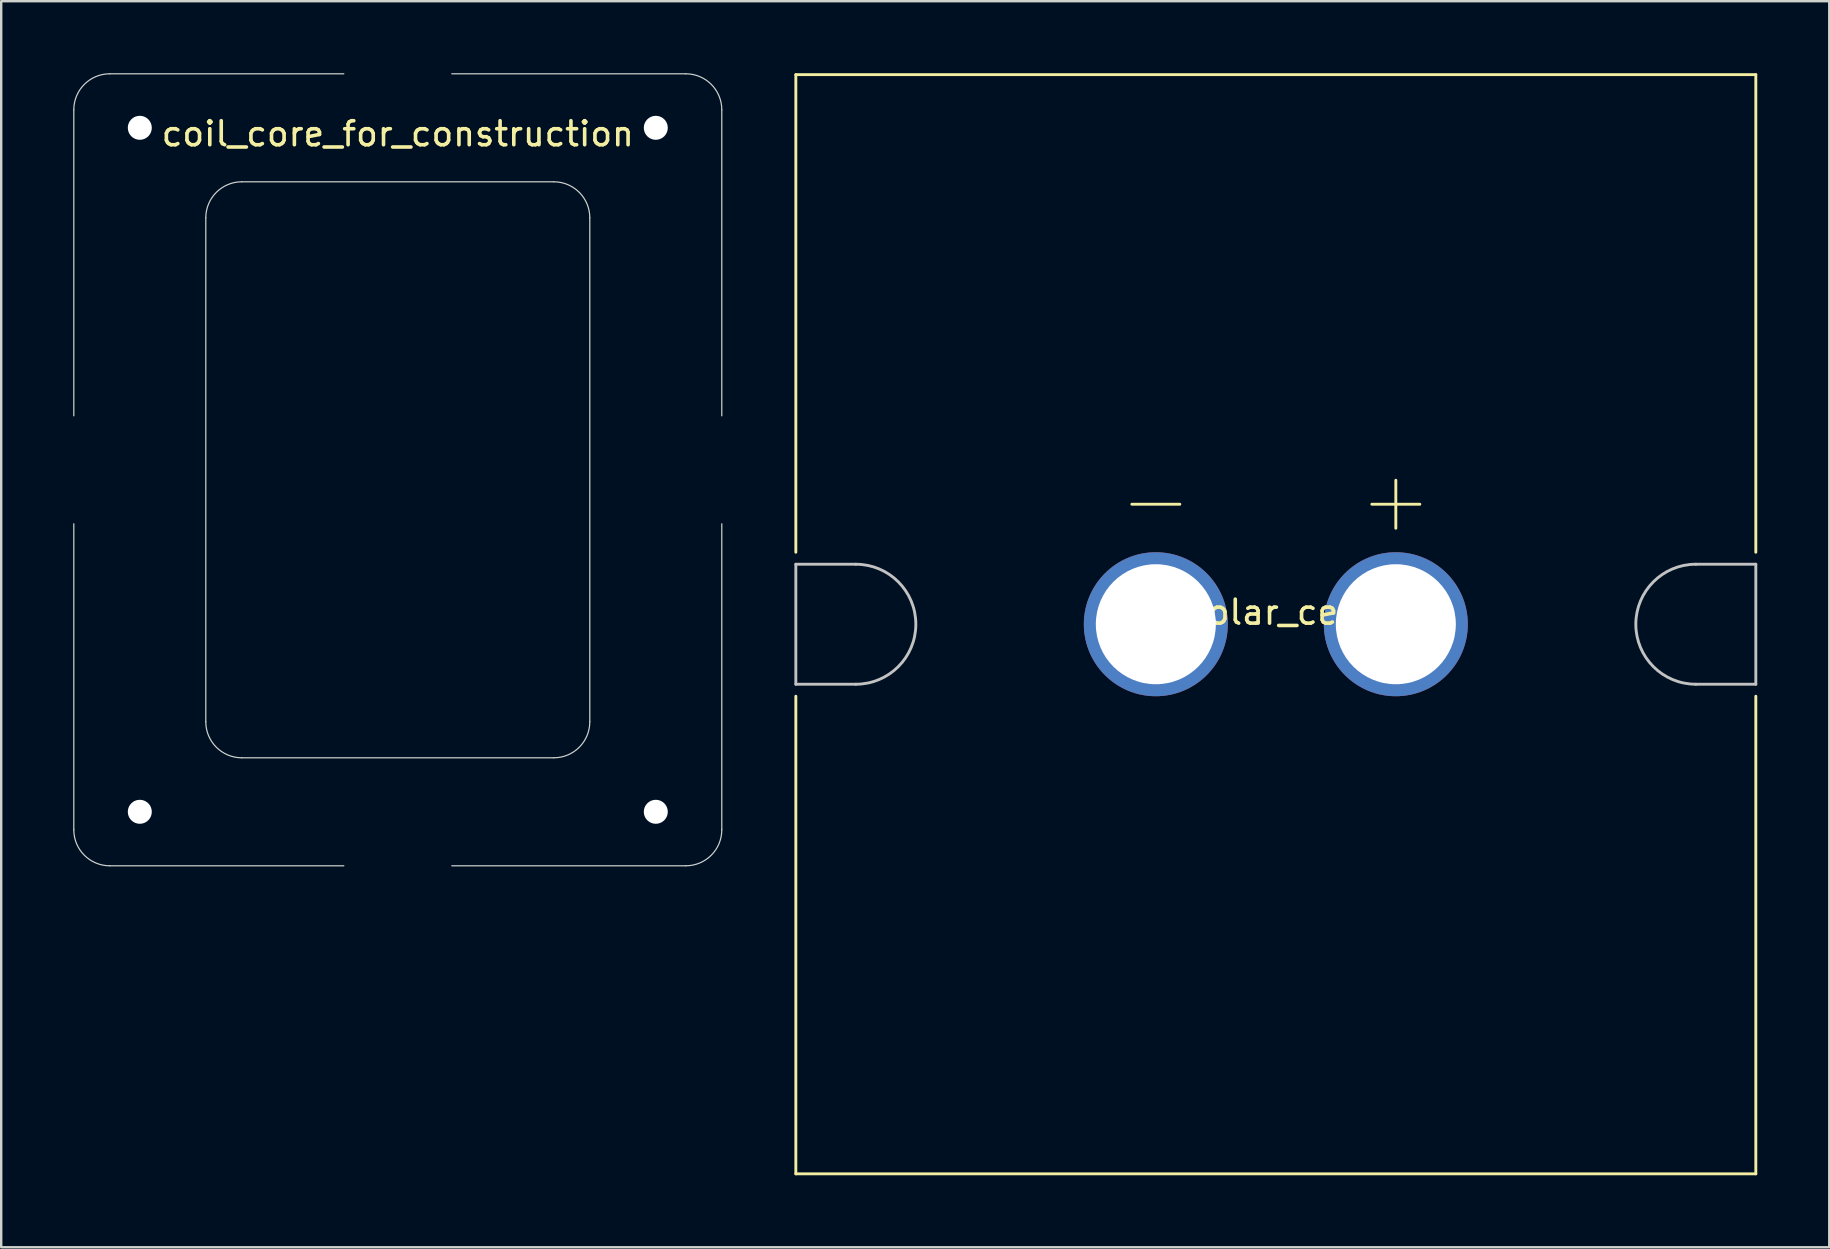
<source format=kicad_pcb>
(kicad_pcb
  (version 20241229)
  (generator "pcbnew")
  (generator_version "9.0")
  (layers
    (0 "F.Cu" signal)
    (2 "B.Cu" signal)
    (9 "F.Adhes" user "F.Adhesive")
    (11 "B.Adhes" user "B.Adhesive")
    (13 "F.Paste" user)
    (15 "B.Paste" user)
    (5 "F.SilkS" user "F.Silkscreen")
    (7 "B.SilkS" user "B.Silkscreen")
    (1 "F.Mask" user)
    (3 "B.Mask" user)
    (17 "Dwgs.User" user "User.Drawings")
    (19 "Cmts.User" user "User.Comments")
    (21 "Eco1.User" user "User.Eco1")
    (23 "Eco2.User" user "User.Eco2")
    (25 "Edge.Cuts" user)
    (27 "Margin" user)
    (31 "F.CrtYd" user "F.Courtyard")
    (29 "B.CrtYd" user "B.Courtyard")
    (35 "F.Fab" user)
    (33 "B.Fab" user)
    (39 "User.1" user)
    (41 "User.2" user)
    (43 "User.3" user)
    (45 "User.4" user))
  (footprint "coil_core_for_construction"
    (layer "F.Cu")
    (at 13.525 16.525)
    (property "Reference" "coil_core_for_construction" (at 0 -14 0) (unlocked yes) (layer "F.SilkS") (effects (font (size 1 1) (thickness 0.15))))
    (attr smd)
    (fp_line (start -13.5 -2.25) (end -13.5 -15) (stroke (width 0.05) (type default)) (layer "Edge.Cuts"))
    (fp_line (start -13.5 15) (end -13.5 2.25) (stroke (width 0.05) (type default)) (layer "Edge.Cuts"))
    (fp_line (start -12 -16.5) (end -2.25 -16.5) (stroke (width 0.05) (type default)) (layer "Edge.Cuts"))
    (fp_line (start -8 -10.5) (end -8 10.5) (stroke (width 0.05) (type default)) (layer "Edge.Cuts"))
    (fp_line (start -6.5 12) (end 6.5 12) (stroke (width 0.05) (type default)) (layer "Edge.Cuts"))
    (fp_line (start -2.25 16.5) (end -12 16.5) (stroke (width 0.05) (type default)) (layer "Edge.Cuts"))
    (fp_line (start 2.25 -16.5) (end 12 -16.5) (stroke (width 0.05) (type default)) (layer "Edge.Cuts"))
    (fp_line (start 6.5 -12) (end -6.5 -12) (stroke (width 0.05) (type default)) (layer "Edge.Cuts"))
    (fp_line (start 8 10.5) (end 8 -10.5) (stroke (width 0.05) (type default)) (layer "Edge.Cuts"))
    (fp_line (start 12 16.5) (end 2.25 16.5) (stroke (width 0.05) (type default)) (layer "Edge.Cuts"))
    (fp_line (start 13.5 -15) (end 13.5 -2.25) (stroke (width 0.05) (type default)) (layer "Edge.Cuts"))
    (fp_line (start 13.5 2.25) (end 13.5 15) (stroke (width 0.05) (type default)) (layer "Edge.Cuts"))
    (fp_arc (start -13.5 -15) (mid -13.06066 -16.06066) (end -12 -16.5) (stroke (width 0.05) (type default)) (layer "Edge.Cuts"))
    (fp_arc (start -12 16.5) (mid -13.06066 16.06066) (end -13.5 15) (stroke (width 0.05) (type default)) (layer "Edge.Cuts"))
    (fp_arc (start -8 -10.5) (mid -7.56066 -11.56066) (end -6.5 -12) (stroke (width 0.05) (type default)) (layer "Edge.Cuts"))
    (fp_arc (start -6.5 12) (mid -7.56066 11.56066) (end -8 10.5) (stroke (width 0.05) (type default)) (layer "Edge.Cuts"))
    (fp_arc (start 6.5 -12) (mid 7.56066 -11.56066) (end 8 -10.5) (stroke (width 0.05) (type default)) (layer "Edge.Cuts"))
    (fp_arc (start 8 10.5) (mid 7.56066 11.56066) (end 6.5 12) (stroke (width 0.05) (type default)) (layer "Edge.Cuts"))
    (fp_arc (start 12 -16.5) (mid 13.06066 -16.06066) (end 13.5 -15) (stroke (width 0.05) (type default)) (layer "Edge.Cuts"))
    (fp_arc (start 13.5 15) (mid 13.06066 16.06066) (end 12 16.5) (stroke (width 0.05) (type default)) (layer "Edge.Cuts"))
    (pad "" np_thru_hole circle (at -10.75 -14.25) (size 1 1) (drill 1) (layers "*.Cu" "*.Mask"))
    (pad "" np_thru_hole circle (at -10.75 14.25) (size 1 1) (drill 1) (layers "*.Cu" "*.Mask"))
    (pad "" np_thru_hole circle (at 10.75 -14.25) (size 1 1) (drill 1) (layers "*.Cu" "*.Mask"))
    (pad "" np_thru_hole circle (at 10.75 14.25) (size 1 1) (drill 1) (layers "*.Cu" "*.Mask")))
  (footprint "solar_cell"
    (layer "F.Cu")
    (at 50.11 22.96)
    (property "Reference" "solar_cell" (at 0 -0.5 0) (unlocked yes) (layer "F.SilkS") (effects (font (size 1 1) (thickness 0.15))))
    (attr through_hole)
    (fp_line (start -20 -22.9) (end -20 -3) (stroke (width 0.12) (type default)) (layer "F.SilkS"))
    (fp_line (start -20 3) (end -20 22.9) (stroke (width 0.12) (type default)) (layer "F.SilkS"))
    (fp_line (start -6 -5) (end -4 -5) (stroke (width 0.12) (type default)) (layer "F.SilkS"))
    (fp_line (start 4 -5) (end 6 -5) (stroke (width 0.12) (type default)) (layer "F.SilkS"))
    (fp_line (start 5 -4) (end 5 -6) (stroke (width 0.12) (type default)) (layer "F.SilkS"))
    (fp_line (start 20 -22.9) (end -20 -22.9) (stroke (width 0.12) (type default)) (layer "F.SilkS"))
    (fp_line (start 20 -3) (end 20 -22.9) (stroke (width 0.12) (type default)) (layer "F.SilkS"))
    (fp_line (start 20 22.9) (end -20 22.9) (stroke (width 0.12) (type default)) (layer "F.SilkS"))
    (fp_line (start 20 22.9) (end 20 3) (stroke (width 0.12) (type default)) (layer "F.SilkS"))
    (fp_line (start -20 -2.5) (end -17.5 -2.5) (stroke (width 0.12) (type default)) (layer "Dwgs.User"))
    (fp_line (start -20 2.5) (end -20 -2.5) (stroke (width 0.12) (type default)) (layer "Dwgs.User"))
    (fp_line (start -17.5 2.5) (end -20 2.5) (stroke (width 0.12) (type default)) (layer "Dwgs.User"))
    (fp_line (start 17.5 -2.5) (end 20 -2.5) (stroke (width 0.12) (type default)) (layer "Dwgs.User"))
    (fp_line (start 20 -2.5) (end 20 2.5) (stroke (width 0.12) (type default)) (layer "Dwgs.User"))
    (fp_line (start 20 2.5) (end 17.5 2.5) (stroke (width 0.12) (type default)) (layer "Dwgs.User"))
    (fp_arc (start -17.5 -2.5) (mid -15 0) (end -17.5 2.5) (stroke (width 0.12) (type default)) (layer "Dwgs.User"))
    (fp_arc (start 17.5 2.5) (mid 15 0) (end 17.5 -2.5) (stroke (width 0.12) (type default)) (layer "Dwgs.User"))
    (pad "1" thru_hole circle (at 5 0) (size 6 6) (drill 5) (layers "*.Cu" "*.Mask"))
    (pad "2" thru_hole circle (at -5 0) (size 6 6) (drill 5) (layers "*.Cu" "*.Mask")))
  (gr_rect
    (start -3 -3)
    (end 73.17 48.92)
    (stroke (width 0.1) (type default))
    (fill no)
    (layer "Edge.Cuts")))
</source>
